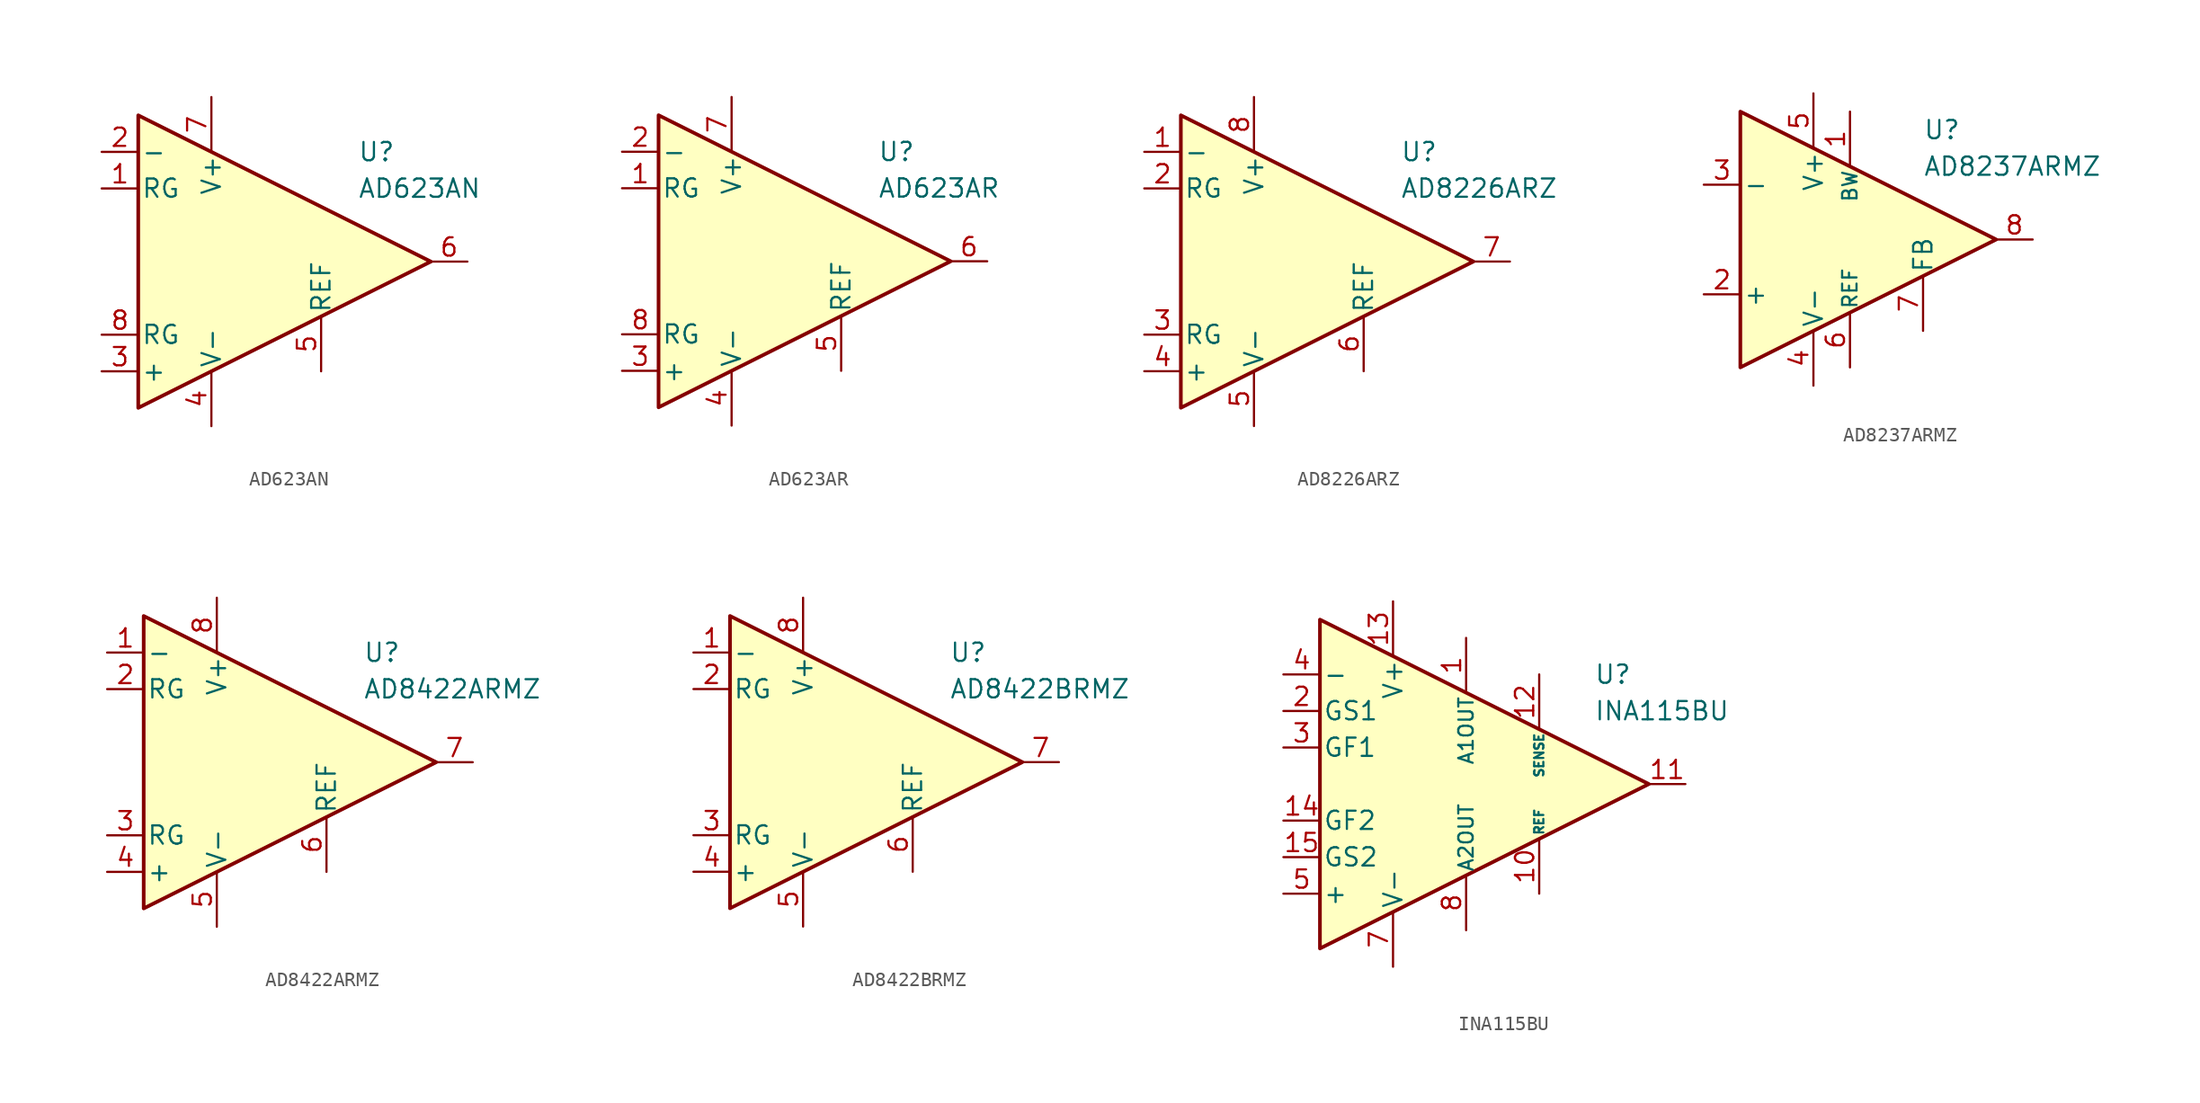
<source format=kicad_sym>
(kicad_symbol_lib
  (version 20211014)
  (generator kicad_symbol_editor)
  (symbol "AD623AN"
    (pin_names
      (offset 0.2))
    (property "Reference" "U"
      (at 6.35 7.62 0)
      (effects (font (size 1.27 1.27)) (justify left)))
    (property "Value" "AD623AN"
      (at 6.35 5.08 0)
      (effects (font (size 1.27 1.27)) (justify left)))
    (symbol "AD623AN_0_1"
      (polyline (pts (xy -8.89 10.16) (xy -8.89 -10.16) (xy 11.43 0) (xy -8.89 10.16)) (stroke (width 0.254) (type default) (color 0 0 0 0)) (fill (type background))))
    (symbol "AD623AN_1_1"
      (pin passive line (at -11.43 5.08 0) (length 2.54) (name "RG" (effects (font (size 1.27 1.27)))) (number "1" (effects (font (size 1.27 1.27)))))
      (pin input line (at -11.43 7.62 0) (length 2.54) (name "-" (effects (font (size 1.27 1.27)))) (number "2" (effects (font (size 1.27 1.27)))))
      (pin input line (at -11.43 -7.62 0) (length 2.54) (name "+" (effects (font (size 1.27 1.27)))) (number "3" (effects (font (size 1.27 1.27)))))
      (pin power_in line (at -3.81 -11.43 90) (length 3.81) (name "V-" (effects (font (size 1.27 1.27)))) (number "4" (effects (font (size 1.27 1.27)))))
      (pin input line (at 3.81 -7.62 90) (length 3.81) (name "REF" (effects (font (size 1.27 1.27)))) (number "5" (effects (font (size 1.27 1.27)))))
      (pin output line (at 13.97 0 180) (length 2.54) (name "~" (effects (font (size 1.27 1.27)))) (number "6" (effects (font (size 1.27 1.27)))))
      (pin power_in line (at -3.81 11.43 270) (length 3.81) (name "V+" (effects (font (size 1.27 1.27)))) (number "7" (effects (font (size 1.27 1.27)))))
      (pin passive line (at -11.43 -5.08 0) (length 2.54) (name "RG" (effects (font (size 1.27 1.27)))) (number "8" (effects (font (size 1.27 1.27)))))))
  (symbol "AD623AR"
    (pin_names
      (offset 0.2))
    (property "Reference" "U"
      (at 6.35 7.62 0)
      (effects (font (size 1.27 1.27)) (justify left)))
    (property "Value" "AD623AR"
      (at 6.35 5.08 0)
      (effects (font (size 1.27 1.27)) (justify left)))
    (symbol "AD623AR_0_1"
      (polyline (pts (xy -8.89 10.16) (xy -8.89 -10.16) (xy 11.43 0) (xy -8.89 10.16)) (stroke (width 0.254) (type default) (color 0 0 0 0)) (fill (type background))))
    (symbol "AD623AR_1_1"
      (pin passive line (at -11.43 5.08 0) (length 2.54) (name "RG" (effects (font (size 1.27 1.27)))) (number "1" (effects (font (size 1.27 1.27)))))
      (pin input line (at -11.43 7.62 0) (length 2.54) (name "-" (effects (font (size 1.27 1.27)))) (number "2" (effects (font (size 1.27 1.27)))))
      (pin input line (at -11.43 -7.62 0) (length 2.54) (name "+" (effects (font (size 1.27 1.27)))) (number "3" (effects (font (size 1.27 1.27)))))
      (pin power_in line (at -3.81 -11.43 90) (length 3.81) (name "V-" (effects (font (size 1.27 1.27)))) (number "4" (effects (font (size 1.27 1.27)))))
      (pin input line (at 3.81 -7.62 90) (length 3.81) (name "REF" (effects (font (size 1.27 1.27)))) (number "5" (effects (font (size 1.27 1.27)))))
      (pin output line (at 13.97 0 180) (length 2.54) (name "~" (effects (font (size 1.27 1.27)))) (number "6" (effects (font (size 1.27 1.27)))))
      (pin power_in line (at -3.81 11.43 270) (length 3.81) (name "V+" (effects (font (size 1.27 1.27)))) (number "7" (effects (font (size 1.27 1.27)))))
      (pin passive line (at -11.43 -5.08 0) (length 2.54) (name "RG" (effects (font (size 1.27 1.27)))) (number "8" (effects (font (size 1.27 1.27)))))))
  (symbol "AD8226ARZ"
    (pin_names
      (offset 0.2))
    (property "Reference" "U"
      (at 6.35 7.62 0)
      (effects (font (size 1.27 1.27)) (justify left)))
    (property "Value" "AD8226ARZ"
      (at 6.35 5.08 0)
      (effects (font (size 1.27 1.27)) (justify left)))
    (symbol "AD8226ARZ_0_1"
      (polyline (pts (xy -8.89 10.16) (xy -8.89 -10.16) (xy 11.43 0) (xy -8.89 10.16)) (stroke (width 0.254) (type default) (color 0 0 0 0)) (fill (type background))))
    (symbol "AD8226ARZ_1_1"
      (pin input line (at -11.43 7.62 0) (length 2.54) (name "-" (effects (font (size 1.27 1.27)))) (number "1" (effects (font (size 1.27 1.27)))))
      (pin passive line (at -11.43 5.08 0) (length 2.54) (name "RG" (effects (font (size 1.27 1.27)))) (number "2" (effects (font (size 1.27 1.27)))))
      (pin passive line (at -11.43 -5.08 0) (length 2.54) (name "RG" (effects (font (size 1.27 1.27)))) (number "3" (effects (font (size 1.27 1.27)))))
      (pin input line (at -11.43 -7.62 0) (length 2.54) (name "+" (effects (font (size 1.27 1.27)))) (number "4" (effects (font (size 1.27 1.27)))))
      (pin power_in line (at -3.81 -11.43 90) (length 3.81) (name "V-" (effects (font (size 1.27 1.27)))) (number "5" (effects (font (size 1.27 1.27)))))
      (pin input line (at 3.81 -7.62 90) (length 3.81) (name "REF" (effects (font (size 1.27 1.27)))) (number "6" (effects (font (size 1.27 1.27)))))
      (pin output line (at 13.97 0 180) (length 2.54) (name "~" (effects (font (size 1.27 1.27)))) (number "7" (effects (font (size 1.27 1.27)))))
      (pin power_in line (at -3.81 11.43 270) (length 3.81) (name "V+" (effects (font (size 1.27 1.27)))) (number "8" (effects (font (size 1.27 1.27)))))))
  (symbol "AD8237ARMZ"
    (pin_names
      (offset 0.2))
    (property "Reference" "U"
      (at 6.35 7.62 0)
      (effects (font (size 1.27 1.27)) (justify left)))
    (property "Value" "AD8237ARMZ"
      (at 6.35 5.08 0)
      (effects (font (size 1.27 1.27)) (justify left)))
    (symbol "AD8237ARMZ_0_1"
      (polyline (pts (xy -6.35 8.89) (xy -6.35 -8.89) (xy 11.43 0) (xy -6.35 8.89)) (stroke (width 0.254) (type default) (color 0 0 0 0)) (fill (type background))))
    (symbol "AD8237ARMZ_1_1"
      (pin input line (at 1.27 8.89 270) (length 3.81) (name "BW" (effects (font (size 1 1)))) (number "1" (effects (font (size 1.27 1.27)))))
      (pin input line (at -8.89 -3.81 0) (length 2.54) (name "+" (effects (font (size 1.27 1.27)))) (number "2" (effects (font (size 1.27 1.27)))))
      (pin input line (at -8.89 3.81 0) (length 2.54) (name "-" (effects (font (size 1.27 1.27)))) (number "3" (effects (font (size 1.27 1.27)))))
      (pin power_in line (at -1.27 -10.16 90) (length 3.81) (name "V-" (effects (font (size 1.27 1.27)))) (number "4" (effects (font (size 1.27 1.27)))))
      (pin power_in line (at -1.27 10.16 270) (length 3.81) (name "V+" (effects (font (size 1.27 1.27)))) (number "5" (effects (font (size 1.27 1.27)))))
      (pin input line (at 1.27 -8.89 90) (length 3.81) (name "REF" (effects (font (size 1 1)))) (number "6" (effects (font (size 1.27 1.27)))))
      (pin passive line (at 6.35 -6.35 90) (length 3.81) (name "FB" (effects (font (size 1.27 1.27)))) (number "7" (effects (font (size 1.27 1.27)))))
      (pin output line (at 13.97 0 180) (length 2.54) (name "~" (effects (font (size 1.27 1.27)))) (number "8" (effects (font (size 1.27 1.27)))))))
  (symbol "AD8422ARMZ"
    (pin_names
      (offset 0.2))
    (property "Reference" "U"
      (at 6.35 7.62 0)
      (effects (font (size 1.27 1.27)) (justify left)))
    (property "Value" "AD8422ARMZ"
      (at 6.35 5.08 0)
      (effects (font (size 1.27 1.27)) (justify left)))
    (symbol "AD8422ARMZ_0_1"
      (polyline (pts (xy -8.89 10.16) (xy -8.89 -10.16) (xy 11.43 0) (xy -8.89 10.16)) (stroke (width 0.254) (type default) (color 0 0 0 0)) (fill (type background))))
    (symbol "AD8422ARMZ_1_1"
      (pin input line (at -11.43 7.62 0) (length 2.54) (name "-" (effects (font (size 1.27 1.27)))) (number "1" (effects (font (size 1.27 1.27)))))
      (pin passive line (at -11.43 5.08 0) (length 2.54) (name "RG" (effects (font (size 1.27 1.27)))) (number "2" (effects (font (size 1.27 1.27)))))
      (pin passive line (at -11.43 -5.08 0) (length 2.54) (name "RG" (effects (font (size 1.27 1.27)))) (number "3" (effects (font (size 1.27 1.27)))))
      (pin input line (at -11.43 -7.62 0) (length 2.54) (name "+" (effects (font (size 1.27 1.27)))) (number "4" (effects (font (size 1.27 1.27)))))
      (pin power_in line (at -3.81 -11.43 90) (length 3.81) (name "V-" (effects (font (size 1.27 1.27)))) (number "5" (effects (font (size 1.27 1.27)))))
      (pin input line (at 3.81 -7.62 90) (length 3.81) (name "REF" (effects (font (size 1.27 1.27)))) (number "6" (effects (font (size 1.27 1.27)))))
      (pin output line (at 13.97 0 180) (length 2.54) (name "~" (effects (font (size 1.27 1.27)))) (number "7" (effects (font (size 1.27 1.27)))))
      (pin power_in line (at -3.81 11.43 270) (length 3.81) (name "V+" (effects (font (size 1.27 1.27)))) (number "8" (effects (font (size 1.27 1.27)))))))
  (symbol "AD8422BRMZ"
    (pin_names
      (offset 0.2))
    (property "Reference" "U"
      (at 6.35 7.62 0)
      (effects (font (size 1.27 1.27)) (justify left)))
    (property "Value" "AD8422BRMZ"
      (at 6.35 5.08 0)
      (effects (font (size 1.27 1.27)) (justify left)))
    (symbol "AD8422BRMZ_0_1"
      (polyline (pts (xy -8.89 10.16) (xy -8.89 -10.16) (xy 11.43 0) (xy -8.89 10.16)) (stroke (width 0.254) (type default) (color 0 0 0 0)) (fill (type background))))
    (symbol "AD8422BRMZ_1_1"
      (pin input line (at -11.43 7.62 0) (length 2.54) (name "-" (effects (font (size 1.27 1.27)))) (number "1" (effects (font (size 1.27 1.27)))))
      (pin passive line (at -11.43 5.08 0) (length 2.54) (name "RG" (effects (font (size 1.27 1.27)))) (number "2" (effects (font (size 1.27 1.27)))))
      (pin passive line (at -11.43 -5.08 0) (length 2.54) (name "RG" (effects (font (size 1.27 1.27)))) (number "3" (effects (font (size 1.27 1.27)))))
      (pin input line (at -11.43 -7.62 0) (length 2.54) (name "+" (effects (font (size 1.27 1.27)))) (number "4" (effects (font (size 1.27 1.27)))))
      (pin power_in line (at -3.81 -11.43 90) (length 3.81) (name "V-" (effects (font (size 1.27 1.27)))) (number "5" (effects (font (size 1.27 1.27)))))
      (pin input line (at 3.81 -7.62 90) (length 3.81) (name "REF" (effects (font (size 1.27 1.27)))) (number "6" (effects (font (size 1.27 1.27)))))
      (pin output line (at 13.97 0 180) (length 2.54) (name "~" (effects (font (size 1.27 1.27)))) (number "7" (effects (font (size 1.27 1.27)))))
      (pin power_in line (at -3.81 11.43 270) (length 3.81) (name "V+" (effects (font (size 1.27 1.27)))) (number "8" (effects (font (size 1.27 1.27)))))))
  (symbol "INA115BU"
    (pin_names
      (offset 0.2))
    (property "Reference" "U"
      (at 10.16 7.62 0)
      (effects (font (size 1.27 1.27)) (justify left)))
    (property "Value" "INA115BU"
      (at 10.16 5.08 0)
      (effects (font (size 1.27 1.27)) (justify left)))
    (symbol "INA115BU_0_1"
      (polyline (pts (xy -8.89 11.43) (xy -8.89 -11.43) (xy 13.97 0) (xy -8.89 11.43)) (stroke (width 0.254) (type default) (color 0 0 0 0)) (fill (type background))))
    (symbol "INA115BU_1_1"
      (pin passive line (at 1.27 10.16 270) (length 3.81) (name "A1OUT" (effects (font (size 1 1)))) (number "1" (effects (font (size 1.27 1.27)))))
      (pin input line (at 6.35 -7.62 90) (length 3.81) (name "REF" (effects (font (size 0.635 0.635)))) (number "10" (effects (font (size 1.27 1.27)))))
      (pin output line (at 16.51 0 180) (length 2.54) (name "~" (effects (font (size 1.27 1.27)))) (number "11" (effects (font (size 1.27 1.27)))))
      (pin input line (at 6.35 7.62 270) (length 3.81) (name "SENSE" (effects (font (size 0.635 0.635)))) (number "12" (effects (font (size 1.27 1.27)))))
      (pin power_in line (at -3.81 12.7 270) (length 3.81) (name "V+" (effects (font (size 1.27 1.27)))) (number "13" (effects (font (size 1.27 1.27)))))
      (pin passive line (at -11.43 -2.54 0) (length 2.54) (name "GF2" (effects (font (size 1.27 1.27)))) (number "14" (effects (font (size 1.27 1.27)))))
      (pin passive line (at -11.43 -5.08 0) (length 2.54) (name "GS2" (effects (font (size 1.27 1.27)))) (number "15" (effects (font (size 1.27 1.27)))))
      (pin no_connect line (at -3.81 -2.54 0) (length 2.54) hide (name "NC" (effects (font (size 1.27 1.27)))) (number "16" (effects (font (size 1.27 1.27)))))
      (pin passive line (at -11.43 5.08 0) (length 2.54) (name "GS1" (effects (font (size 1.27 1.27)))) (number "2" (effects (font (size 1.27 1.27)))))
      (pin passive line (at -11.43 2.54 0) (length 2.54) (name "GF1" (effects (font (size 1.27 1.27)))) (number "3" (effects (font (size 1.27 1.27)))))
      (pin input line (at -11.43 7.62 0) (length 2.54) (name "-" (effects (font (size 1.27 1.27)))) (number "4" (effects (font (size 1.27 1.27)))))
      (pin input line (at -11.43 -7.62 0) (length 2.54) (name "+" (effects (font (size 1.27 1.27)))) (number "5" (effects (font (size 1.27 1.27)))))
      (pin no_connect line (at -3.81 2.54 0) (length 2.54) hide (name "NC" (effects (font (size 1.27 1.27)))) (number "6" (effects (font (size 1.27 1.27)))))
      (pin power_in line (at -3.81 -12.7 90) (length 3.81) (name "V-" (effects (font (size 1.27 1.27)))) (number "7" (effects (font (size 1.27 1.27)))))
      (pin passive line (at 1.27 -10.16 90) (length 3.81) (name "A2OUT" (effects (font (size 1 1)))) (number "8" (effects (font (size 1.27 1.27)))))
      (pin no_connect line (at -3.81 0 0) (length 2.54) hide (name "NC" (effects (font (size 1.27 1.27)))) (number "9" (effects (font (size 1.27 1.27))))))))
</source>
